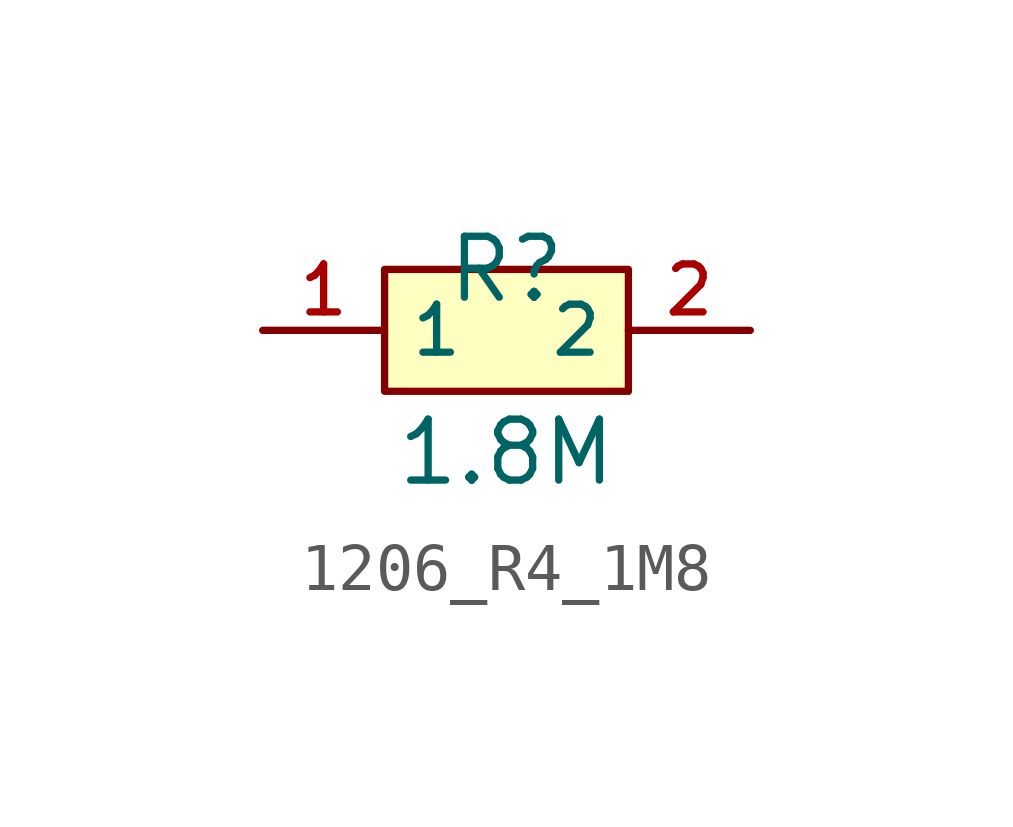
<source format=kicad_sym>
(kicad_symbol_lib
  (version 20241209)
  (generator "kicad_symbol_editor")
  (generator_version "9.0")
  (symbol "1206_R4_1M8"
    (property "Reference" "R"
      (at 0 1.27 0)
      (effects (font (size 1.27 1.27))))
    (property "Value" "1.8M"
      (at 0 -2.54 0)
      (effects (font (size 1.27 1.27))))
    (symbol "1206_R4_1M8_0_1"
      (rectangle (start -2.54 1.27) (end 2.54 -1.27) (stroke (width 0) (type default)) (fill (type background)))
      (pin unspecified line (at -5.08 0 0) (length 2.54) (name "1" (effects (font (size 1 1)))) (number "1" (effects (font (size 1 1)))))
      (pin unspecified line (at 5.08 0 180) (length 2.54) (name "2" (effects (font (size 1 1)))) (number "2" (effects (font (size 1 1))))))))
</source>
